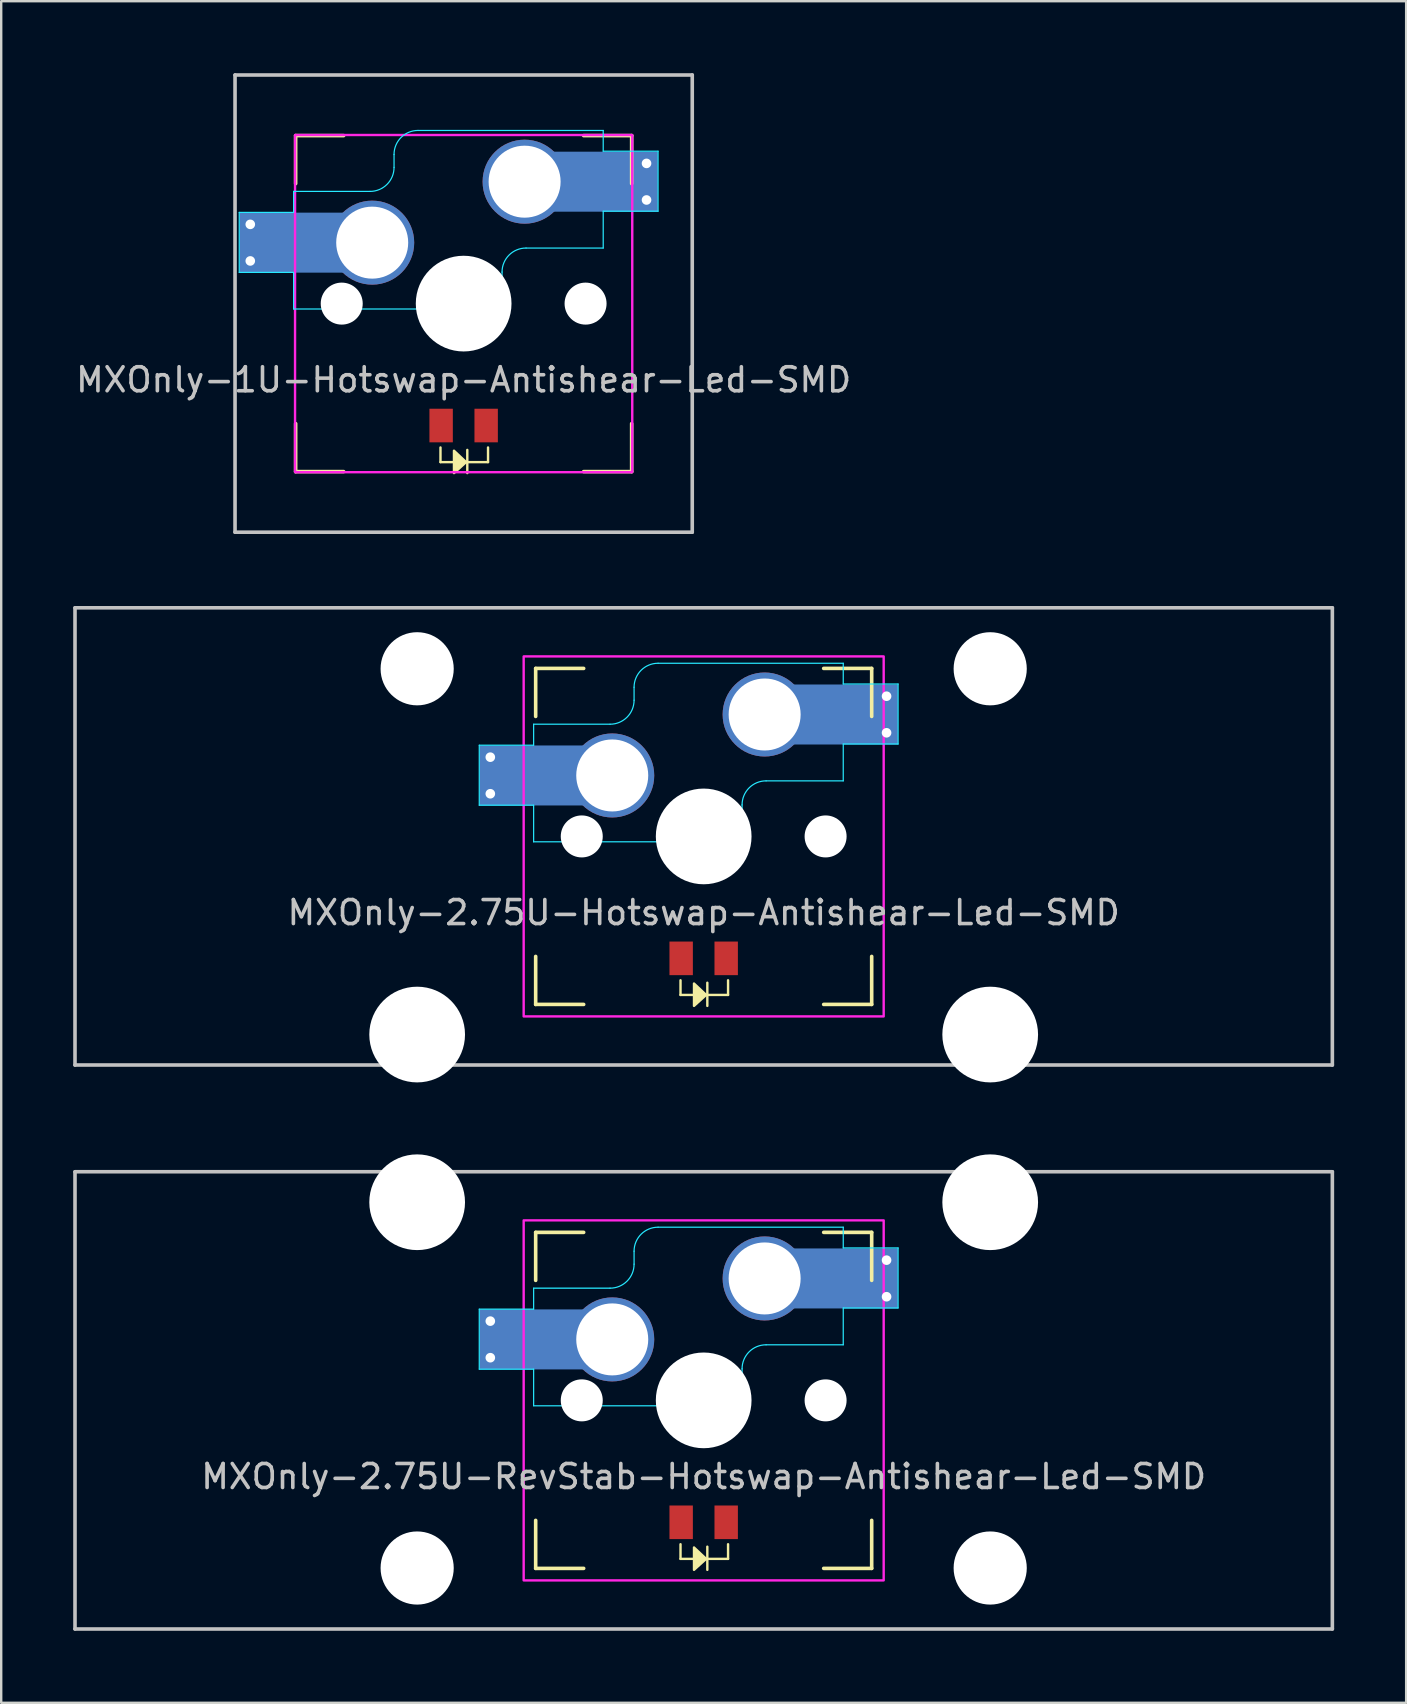
<source format=kicad_pcb>
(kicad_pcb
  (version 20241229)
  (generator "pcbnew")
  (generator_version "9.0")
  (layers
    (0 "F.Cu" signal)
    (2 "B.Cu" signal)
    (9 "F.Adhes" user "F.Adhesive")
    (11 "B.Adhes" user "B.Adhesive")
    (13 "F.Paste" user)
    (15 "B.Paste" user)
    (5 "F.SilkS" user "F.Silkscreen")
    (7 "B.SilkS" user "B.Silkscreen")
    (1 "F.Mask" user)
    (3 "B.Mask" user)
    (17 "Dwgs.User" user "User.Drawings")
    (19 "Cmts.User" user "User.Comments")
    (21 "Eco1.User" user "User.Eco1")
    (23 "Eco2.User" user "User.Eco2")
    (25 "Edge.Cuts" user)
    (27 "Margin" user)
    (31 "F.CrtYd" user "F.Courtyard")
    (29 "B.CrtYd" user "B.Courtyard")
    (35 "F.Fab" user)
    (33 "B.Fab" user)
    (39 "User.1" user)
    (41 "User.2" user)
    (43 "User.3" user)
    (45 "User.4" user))
  (footprint "MXOnly-2.75U-Hotswap-Antishear-Led-SMD"
    (layer "F.Cu")
    (at 26.269 31.8)
    (property "Reference" "MXOnly-2.75U-Hotswap-Antishear-Led-SMD" (at 0 3.175 0) (layer "Dwgs.User") (effects (font (size 1 1) (thickness 0.15))))
    (attr through_hole)
    (fp_line (start -7 -7) (end -7 -5) (stroke (width 0.15) (type solid)) (layer "F.SilkS"))
    (fp_line (start -7 5) (end -7 7) (stroke (width 0.15) (type solid)) (layer "F.SilkS"))
    (fp_line (start -7 7) (end -5 7) (stroke (width 0.15) (type solid)) (layer "F.SilkS"))
    (fp_line (start -5 -7) (end -7 -7) (stroke (width 0.15) (type solid)) (layer "F.SilkS"))
    (fp_line (start -0.965 6.604) (end -0.965 5.994) (stroke (width 0.1) (type default)) (layer "F.SilkS"))
    (fp_line (start -0.457 6.604) (end -0.965 6.604) (stroke (width 0.1) (type default)) (layer "F.SilkS"))
    (fp_line (start 0.102 6.604) (end 1.016 6.604) (stroke (width 0.1) (type default)) (layer "F.SilkS"))
    (fp_line (start 0.152 6.096) (end 0.152 7.061) (stroke (width 0.1) (type default)) (layer "F.SilkS"))
    (fp_line (start 1.016 6.604) (end 1.016 5.994) (stroke (width 0.1) (type default)) (layer "F.SilkS"))
    (fp_line (start 5 -7) (end 7 -7) (stroke (width 0.15) (type solid)) (layer "F.SilkS"))
    (fp_line (start 5 7) (end 7 7) (stroke (width 0.15) (type solid)) (layer "F.SilkS"))
    (fp_line (start 7 -7) (end 7 -5) (stroke (width 0.15) (type solid)) (layer "F.SilkS"))
    (fp_line (start 7 7) (end 7 5) (stroke (width 0.15) (type solid)) (layer "F.SilkS"))
    (fp_poly (pts (xy -0.403 7.061) (xy -0.403 6.129) (xy 0.102 6.604)) (stroke (width 0.1) (type solid)) (fill yes) (layer "F.SilkS"))
    (fp_line (start -26.194 -9.525) (end 26.194 -9.525) (stroke (width 0.15) (type solid)) (layer "Dwgs.User"))
    (fp_line (start -26.194 9.525) (end -26.194 -9.525) (stroke (width 0.15) (type solid)) (layer "Dwgs.User"))
    (fp_line (start -26.194 9.525) (end 26.194 9.525) (stroke (width 0.15) (type solid)) (layer "Dwgs.User"))
    (fp_line (start 26.194 -9.525) (end 26.194 9.525) (stroke (width 0.15) (type solid)) (layer "Dwgs.User"))
    (fp_rect (start -7.025 -7.025) (end 7.025 7.025) (stroke (width 0.1) (type solid)) (fill no) (layer "Eco1.User"))
    (fp_line (start -9.35 -3.8) (end -9.35 -1.3) (stroke (width 0.05) (type default)) (layer "B.CrtYd"))
    (fp_line (start -9.35 -1.3) (end -7.085 -1.3) (stroke (width 0.05) (type default)) (layer "B.CrtYd"))
    (fp_line (start -7.085 -4.675) (end -7.085 -3.8) (stroke (width 0.05) (type default)) (layer "B.CrtYd"))
    (fp_line (start -7.085 -4.675) (end -3.9 -4.675) (stroke (width 0.05) (type solid)) (layer "B.CrtYd"))
    (fp_line (start -7.085 -3.8) (end -9.35 -3.8) (stroke (width 0.05) (type default)) (layer "B.CrtYd"))
    (fp_line (start -7.085 -1.3) (end -7.085 0.225) (stroke (width 0.05) (type default)) (layer "B.CrtYd"))
    (fp_line (start -7.085 0.225) (end 0.6 0.225) (stroke (width 0.05) (type default)) (layer "B.CrtYd"))
    (fp_line (start -2.9 -6.215) (end -2.9 -5.675) (stroke (width 0.05) (type default)) (layer "B.CrtYd"))
    (fp_line (start 1.6 -0.775) (end 1.6 -1.315) (stroke (width 0.05) (type default)) (layer "B.CrtYd"))
    (fp_line (start 5.815 -7.215) (end -1.9 -7.215) (stroke (width 0.05) (type default)) (layer "B.CrtYd"))
    (fp_line (start 5.815 -6.35) (end 5.815 -7.215) (stroke (width 0.05) (type default)) (layer "B.CrtYd"))
    (fp_line (start 5.815 -6.35) (end 8.1 -6.35) (stroke (width 0.05) (type default)) (layer "B.CrtYd"))
    (fp_line (start 5.815 -3.85) (end 5.815 -2.315) (stroke (width 0.05) (type default)) (layer "B.CrtYd"))
    (fp_line (start 5.815 -2.315) (end 2.6 -2.315) (stroke (width 0.05) (type solid)) (layer "B.CrtYd"))
    (fp_line (start 8.1 -3.85) (end 5.815 -3.85) (stroke (width 0.05) (type default)) (layer "B.CrtYd"))
    (fp_line (start 8.1 -3.85) (end 8.1 -6.35) (stroke (width 0.05) (type default)) (layer "B.CrtYd"))
    (fp_arc (start -2.9 -6.215) (mid -2.607107 -6.922107) (end -1.9 -7.215) (stroke (width 0.05) (type default)) (layer "B.CrtYd"))
    (fp_arc (start -2.9 -5.675) (mid -3.192893 -4.967893) (end -3.9 -4.675) (stroke (width 0.05) (type default)) (layer "B.CrtYd"))
    (fp_arc (start 1.6 -1.315) (mid 1.892893 -2.022107) (end 2.6 -2.315) (stroke (width 0.05) (type default)) (layer "B.CrtYd"))
    (fp_arc (start 1.6 -0.775) (mid 1.307107 -0.067893) (end 0.6 0.225) (stroke (width 0.05) (type default)) (layer "B.CrtYd"))
    (fp_rect (start -7.5 -7.5) (end 7.5 7.5) (stroke (width 0.1) (type solid)) (fill no) (layer "F.CrtYd"))
    (pad "" np_thru_hole circle (at -11.938 -6.985) (size 3.048 3.048) (drill 3.048) (layers "*.Cu" "*.Mask"))
    (pad "" np_thru_hole circle (at -11.938 8.255) (size 3.988 3.988) (drill 3.988) (layers "*.Cu" "*.Mask"))
    (pad "" smd rect (at -7.085 -2.54) (size 2.55 2.5) (layers "B.Mask" "B.Paste"))
    (pad "" np_thru_hole circle (at -5.08 0 48.1) (size 1.75 1.75) (drill 1.75) (layers "*.Cu" "*.Mask"))
    (pad "" np_thru_hole circle (at 0 0) (size 3.988 3.988) (drill 3.988) (layers "*.Cu" "*.Mask"))
    (pad "" np_thru_hole circle (at 5.08 0 48.1) (size 1.75 1.75) (drill 1.75) (layers "*.Cu" "*.Mask"))
    (pad "" smd rect (at 5.815 -5.08) (size 2.55 2.5) (layers "B.Mask" "B.Paste"))
    (pad "" np_thru_hole circle (at 11.938 -6.985) (size 3.048 3.048) (drill 3.048) (layers "*.Cu" "*.Mask"))
    (pad "" np_thru_hole circle (at 11.938 8.255) (size 3.988 3.988) (drill 3.988) (layers "*.Cu" "*.Mask"))
    (pad "1" thru_hole circle (at -8.89 -3.302) (size 0.8 0.8) (drill 0.4) (layers "*.Cu"))
    (pad "1" thru_hole circle (at -8.89 -1.778) (size 0.8 0.8) (drill 0.4) (layers "*.Cu"))
    (pad "1" smd rect (at -7.085 -2.54) (size 4.5 2.5) (layers "B.Cu"))
    (pad "1" thru_hole circle (at -3.81 -2.54) (size 3.5 3.5) (drill 3) (layers "*.Cu"))
    (pad "2" thru_hole circle (at 2.54 -5.08) (size 3.5 3.5) (drill 3) (layers "*.Cu"))
    (pad "2" smd rect (at 5.842 -5.08) (size 4.5 2.5) (layers "B.Cu"))
    (pad "2" thru_hole circle (at 7.62 -5.842) (size 0.8 0.8) (drill 0.4) (layers "*.Cu"))
    (pad "2" thru_hole circle (at 7.62 -4.318) (size 0.8 0.8) (drill 0.4) (layers "*.Cu"))
    (pad "3" smd rect (at -0.938 5.08) (size 0.975 1.4) (layers "F.Cu" "F.Mask" "F.Paste"))
    (pad "4" smd rect (at 0.938 5.08) (size 0.975 1.4) (layers "F.Cu" "F.Mask" "F.Paste")))
  (footprint "MXOnly-1U-Hotswap-Antishear-Led-SMD"
    (layer "F.Cu")
    (at 16.268 9.6)
    (property "Reference" "MXOnly-1U-Hotswap-Antishear-Led-SMD" (at 0 3.175 0) (layer "Dwgs.User") (effects (font (size 1 1) (thickness 0.15))))
    (attr through_hole)
    (fp_line (start -7 -7) (end -7 -5) (stroke (width 0.15) (type solid)) (layer "F.SilkS"))
    (fp_line (start -7 5) (end -7 7) (stroke (width 0.15) (type solid)) (layer "F.SilkS"))
    (fp_line (start -7 7) (end -5 7) (stroke (width 0.15) (type solid)) (layer "F.SilkS"))
    (fp_line (start -5 -7) (end -7 -7) (stroke (width 0.15) (type solid)) (layer "F.SilkS"))
    (fp_line (start -0.965 6.604) (end -0.965 5.994) (stroke (width 0.1) (type default)) (layer "F.SilkS"))
    (fp_line (start -0.457 6.604) (end -0.965 6.604) (stroke (width 0.1) (type default)) (layer "F.SilkS"))
    (fp_line (start 0.102 6.604) (end 1.016 6.604) (stroke (width 0.1) (type default)) (layer "F.SilkS"))
    (fp_line (start 0.152 6.096) (end 0.152 7.061) (stroke (width 0.1) (type default)) (layer "F.SilkS"))
    (fp_line (start 1.016 6.604) (end 1.016 5.994) (stroke (width 0.1) (type default)) (layer "F.SilkS"))
    (fp_line (start 5 -7) (end 7 -7) (stroke (width 0.15) (type solid)) (layer "F.SilkS"))
    (fp_line (start 5 7) (end 7 7) (stroke (width 0.15) (type solid)) (layer "F.SilkS"))
    (fp_line (start 7 -7) (end 7 -5) (stroke (width 0.15) (type solid)) (layer "F.SilkS"))
    (fp_line (start 7 7) (end 7 5) (stroke (width 0.15) (type solid)) (layer "F.SilkS"))
    (fp_poly (pts (xy -0.403 7.061) (xy -0.403 6.129) (xy 0.102 6.604)) (stroke (width 0.1) (type solid)) (fill yes) (layer "F.SilkS"))
    (fp_line (start -9.525 -9.525) (end 9.525 -9.525) (stroke (width 0.15) (type solid)) (layer "Dwgs.User"))
    (fp_line (start -9.525 9.525) (end -9.525 -9.525) (stroke (width 0.15) (type solid)) (layer "Dwgs.User"))
    (fp_line (start 9.525 -9.525) (end 9.525 9.525) (stroke (width 0.15) (type solid)) (layer "Dwgs.User"))
    (fp_line (start 9.525 9.525) (end -9.525 9.525) (stroke (width 0.15) (type solid)) (layer "Dwgs.User"))
    (fp_line (start -9.35 -3.8) (end -9.35 -1.3) (stroke (width 0.05) (type default)) (layer "B.CrtYd"))
    (fp_line (start -9.35 -1.3) (end -7.085 -1.3) (stroke (width 0.05) (type default)) (layer "B.CrtYd"))
    (fp_line (start -7.085 -4.675) (end -7.085 -3.8) (stroke (width 0.05) (type default)) (layer "B.CrtYd"))
    (fp_line (start -7.085 -4.675) (end -3.9 -4.675) (stroke (width 0.05) (type solid)) (layer "B.CrtYd"))
    (fp_line (start -7.085 -3.8) (end -9.35 -3.8) (stroke (width 0.05) (type default)) (layer "B.CrtYd"))
    (fp_line (start -7.085 -1.3) (end -7.085 0.225) (stroke (width 0.05) (type default)) (layer "B.CrtYd"))
    (fp_line (start -7.085 0.225) (end 0.6 0.225) (stroke (width 0.05) (type default)) (layer "B.CrtYd"))
    (fp_line (start -2.9 -6.215) (end -2.9 -5.675) (stroke (width 0.05) (type default)) (layer "B.CrtYd"))
    (fp_line (start 1.6 -0.775) (end 1.6 -1.315) (stroke (width 0.05) (type default)) (layer "B.CrtYd"))
    (fp_line (start 5.815 -7.215) (end -1.9 -7.215) (stroke (width 0.05) (type default)) (layer "B.CrtYd"))
    (fp_line (start 5.815 -6.35) (end 5.815 -7.215) (stroke (width 0.05) (type default)) (layer "B.CrtYd"))
    (fp_line (start 5.815 -6.35) (end 8.1 -6.35) (stroke (width 0.05) (type default)) (layer "B.CrtYd"))
    (fp_line (start 5.815 -3.85) (end 5.815 -2.315) (stroke (width 0.05) (type default)) (layer "B.CrtYd"))
    (fp_line (start 5.815 -2.315) (end 2.6 -2.315) (stroke (width 0.05) (type solid)) (layer "B.CrtYd"))
    (fp_line (start 8.1 -3.85) (end 5.815 -3.85) (stroke (width 0.05) (type default)) (layer "B.CrtYd"))
    (fp_line (start 8.1 -3.85) (end 8.1 -6.35) (stroke (width 0.05) (type default)) (layer "B.CrtYd"))
    (fp_arc (start -2.9 -6.215) (mid -2.607107 -6.922107) (end -1.9 -7.215) (stroke (width 0.05) (type default)) (layer "B.CrtYd"))
    (fp_arc (start -2.9 -5.675) (mid -3.192893 -4.967893) (end -3.9 -4.675) (stroke (width 0.05) (type default)) (layer "B.CrtYd"))
    (fp_arc (start 1.6 -1.315) (mid 1.892893 -2.022107) (end 2.6 -2.315) (stroke (width 0.05) (type default)) (layer "B.CrtYd"))
    (fp_arc (start 1.6 -0.775) (mid 1.307107 -0.067893) (end 0.6 0.225) (stroke (width 0.05) (type default)) (layer "B.CrtYd"))
    (fp_rect (start -7.025 -7.025) (end 7.025 7.025) (stroke (width 0.1) (type solid)) (fill no) (layer "F.CrtYd"))
    (pad "" smd rect (at -7.085 -2.54) (size 2.55 2.5) (layers "B.Mask" "B.Paste"))
    (pad "" np_thru_hole circle (at -5.08 0 48.1) (size 1.75 1.75) (drill 1.75) (layers "*.Cu" "*.Mask"))
    (pad "" np_thru_hole circle (at 0 0) (size 3.988 3.988) (drill 3.988) (layers "*.Cu" "*.Mask"))
    (pad "" np_thru_hole circle (at 5.08 0 48.1) (size 1.75 1.75) (drill 1.75) (layers "*.Cu" "*.Mask"))
    (pad "" smd rect (at 5.815 -5.08) (size 2.55 2.5) (layers "B.Mask" "B.Paste"))
    (pad "1" thru_hole circle (at -8.89 -3.302) (size 0.8 0.8) (drill 0.4) (layers "*.Cu"))
    (pad "1" thru_hole circle (at -8.89 -1.778) (size 0.8 0.8) (drill 0.4) (layers "*.Cu"))
    (pad "1" smd rect (at -7.085 -2.54) (size 4.5 2.5) (layers "B.Cu"))
    (pad "1" thru_hole circle (at -3.81 -2.54) (size 3.5 3.5) (drill 3) (layers "*.Cu"))
    (pad "2" thru_hole circle (at 2.54 -5.08) (size 3.5 3.5) (drill 3) (layers "*.Cu"))
    (pad "2" smd rect (at 5.842 -5.08) (size 4.5 2.5) (layers "B.Cu"))
    (pad "2" thru_hole circle (at 7.62 -5.842) (size 0.8 0.8) (drill 0.4) (layers "*.Cu"))
    (pad "2" thru_hole circle (at 7.62 -4.318) (size 0.8 0.8) (drill 0.4) (layers "*.Cu"))
    (pad "3" smd rect (at -0.938 5.08) (size 0.975 1.4) (layers "F.Cu" "F.Mask" "F.Paste"))
    (pad "4" smd rect (at 0.938 5.08) (size 0.975 1.4) (layers "F.Cu" "F.Mask" "F.Paste")))
  (footprint "MXOnly-2.75U-RevStab-Hotswap-Antishear-Led-SMD"
    (layer "F.Cu")
    (at 26.269 55.297)
    (property "Reference" "MXOnly-2.75U-RevStab-Hotswap-Antishear-Led-SMD" (at 0 3.175 0) (layer "Dwgs.User") (effects (font (size 1 1) (thickness 0.15))))
    (attr through_hole)
    (fp_line (start -7 -7) (end -7 -5) (stroke (width 0.15) (type solid)) (layer "F.SilkS"))
    (fp_line (start -7 5) (end -7 7) (stroke (width 0.15) (type solid)) (layer "F.SilkS"))
    (fp_line (start -7 7) (end -5 7) (stroke (width 0.15) (type solid)) (layer "F.SilkS"))
    (fp_line (start -5 -7) (end -7 -7) (stroke (width 0.15) (type solid)) (layer "F.SilkS"))
    (fp_line (start -0.965 6.604) (end -0.965 5.994) (stroke (width 0.1) (type default)) (layer "F.SilkS"))
    (fp_line (start -0.457 6.604) (end -0.965 6.604) (stroke (width 0.1) (type default)) (layer "F.SilkS"))
    (fp_line (start 0.102 6.604) (end 1.016 6.604) (stroke (width 0.1) (type default)) (layer "F.SilkS"))
    (fp_line (start 0.152 6.096) (end 0.152 7.061) (stroke (width 0.1) (type default)) (layer "F.SilkS"))
    (fp_line (start 1.016 6.604) (end 1.016 5.994) (stroke (width 0.1) (type default)) (layer "F.SilkS"))
    (fp_line (start 5 -7) (end 7 -7) (stroke (width 0.15) (type solid)) (layer "F.SilkS"))
    (fp_line (start 5 7) (end 7 7) (stroke (width 0.15) (type solid)) (layer "F.SilkS"))
    (fp_line (start 7 -7) (end 7 -5) (stroke (width 0.15) (type solid)) (layer "F.SilkS"))
    (fp_line (start 7 7) (end 7 5) (stroke (width 0.15) (type solid)) (layer "F.SilkS"))
    (fp_poly (pts (xy -0.403 7.061) (xy -0.403 6.129) (xy 0.102 6.604)) (stroke (width 0.1) (type solid)) (fill yes) (layer "F.SilkS"))
    (fp_line (start -26.194 -9.525) (end 26.194 -9.525) (stroke (width 0.15) (type solid)) (layer "Dwgs.User"))
    (fp_line (start -26.194 9.525) (end -26.194 -9.525) (stroke (width 0.15) (type solid)) (layer "Dwgs.User"))
    (fp_line (start -26.194 9.525) (end 26.194 9.525) (stroke (width 0.15) (type solid)) (layer "Dwgs.User"))
    (fp_line (start 26.194 -9.525) (end 26.194 9.525) (stroke (width 0.15) (type solid)) (layer "Dwgs.User"))
    (fp_rect (start -7.025 -7.025) (end 7.025 7.025) (stroke (width 0.1) (type solid)) (fill no) (layer "Eco1.User"))
    (fp_line (start -9.35 -3.8) (end -9.35 -1.3) (stroke (width 0.05) (type default)) (layer "B.CrtYd"))
    (fp_line (start -9.35 -1.3) (end -7.085 -1.3) (stroke (width 0.05) (type default)) (layer "B.CrtYd"))
    (fp_line (start -7.085 -4.675) (end -7.085 -3.8) (stroke (width 0.05) (type default)) (layer "B.CrtYd"))
    (fp_line (start -7.085 -4.675) (end -3.9 -4.675) (stroke (width 0.05) (type solid)) (layer "B.CrtYd"))
    (fp_line (start -7.085 -3.8) (end -9.35 -3.8) (stroke (width 0.05) (type default)) (layer "B.CrtYd"))
    (fp_line (start -7.085 -1.3) (end -7.085 0.225) (stroke (width 0.05) (type default)) (layer "B.CrtYd"))
    (fp_line (start -7.085 0.225) (end 0.6 0.225) (stroke (width 0.05) (type default)) (layer "B.CrtYd"))
    (fp_line (start -2.9 -6.215) (end -2.9 -5.675) (stroke (width 0.05) (type default)) (layer "B.CrtYd"))
    (fp_line (start 1.6 -0.775) (end 1.6 -1.315) (stroke (width 0.05) (type default)) (layer "B.CrtYd"))
    (fp_line (start 5.815 -7.215) (end -1.9 -7.215) (stroke (width 0.05) (type default)) (layer "B.CrtYd"))
    (fp_line (start 5.815 -6.35) (end 5.815 -7.215) (stroke (width 0.05) (type default)) (layer "B.CrtYd"))
    (fp_line (start 5.815 -6.35) (end 8.1 -6.35) (stroke (width 0.05) (type default)) (layer "B.CrtYd"))
    (fp_line (start 5.815 -3.85) (end 5.815 -2.315) (stroke (width 0.05) (type default)) (layer "B.CrtYd"))
    (fp_line (start 5.815 -2.315) (end 2.6 -2.315) (stroke (width 0.05) (type solid)) (layer "B.CrtYd"))
    (fp_line (start 8.1 -3.85) (end 5.815 -3.85) (stroke (width 0.05) (type default)) (layer "B.CrtYd"))
    (fp_line (start 8.1 -3.85) (end 8.1 -6.35) (stroke (width 0.05) (type default)) (layer "B.CrtYd"))
    (fp_arc (start -2.9 -6.215) (mid -2.607107 -6.922107) (end -1.9 -7.215) (stroke (width 0.05) (type default)) (layer "B.CrtYd"))
    (fp_arc (start -2.9 -5.675) (mid -3.192893 -4.967893) (end -3.9 -4.675) (stroke (width 0.05) (type default)) (layer "B.CrtYd"))
    (fp_arc (start 1.6 -1.315) (mid 1.892893 -2.022107) (end 2.6 -2.315) (stroke (width 0.05) (type default)) (layer "B.CrtYd"))
    (fp_arc (start 1.6 -0.775) (mid 1.307107 -0.067893) (end 0.6 0.225) (stroke (width 0.05) (type default)) (layer "B.CrtYd"))
    (fp_rect (start -7.5 -7.5) (end 7.5 7.5) (stroke (width 0.1) (type solid)) (fill no) (layer "F.CrtYd"))
    (pad "" np_thru_hole circle (at -11.938 -8.255) (size 3.988 3.988) (drill 3.988) (layers "*.Cu" "*.Mask"))
    (pad "" np_thru_hole circle (at -11.938 6.985) (size 3.048 3.048) (drill 3.048) (layers "*.Cu" "*.Mask"))
    (pad "" smd rect (at -7.085 -2.54) (size 2.55 2.5) (layers "B.Mask" "B.Paste"))
    (pad "" np_thru_hole circle (at -5.08 0 48.1) (size 1.75 1.75) (drill 1.75) (layers "*.Cu" "*.Mask"))
    (pad "" np_thru_hole circle (at 0 0) (size 3.988 3.988) (drill 3.988) (layers "*.Cu" "*.Mask"))
    (pad "" np_thru_hole circle (at 5.08 0 48.1) (size 1.75 1.75) (drill 1.75) (layers "*.Cu" "*.Mask"))
    (pad "" smd rect (at 5.815 -5.08) (size 2.55 2.5) (layers "B.Mask" "B.Paste"))
    (pad "" np_thru_hole circle (at 11.938 -8.255) (size 3.988 3.988) (drill 3.988) (layers "*.Cu" "*.Mask"))
    (pad "" np_thru_hole circle (at 11.938 6.985) (size 3.048 3.048) (drill 3.048) (layers "*.Cu" "*.Mask"))
    (pad "1" thru_hole circle (at -8.89 -3.302) (size 0.8 0.8) (drill 0.4) (layers "*.Cu"))
    (pad "1" thru_hole circle (at -8.89 -1.778) (size 0.8 0.8) (drill 0.4) (layers "*.Cu"))
    (pad "1" smd rect (at -7.085 -2.54) (size 4.5 2.5) (layers "B.Cu"))
    (pad "1" thru_hole circle (at -3.81 -2.54) (size 3.5 3.5) (drill 3) (layers "*.Cu"))
    (pad "2" thru_hole circle (at 2.54 -5.08) (size 3.5 3.5) (drill 3) (layers "*.Cu"))
    (pad "2" smd rect (at 5.842 -5.08) (size 4.5 2.5) (layers "B.Cu"))
    (pad "2" thru_hole circle (at 7.62 -5.842) (size 0.8 0.8) (drill 0.4) (layers "*.Cu"))
    (pad "2" thru_hole circle (at 7.62 -4.318) (size 0.8 0.8) (drill 0.4) (layers "*.Cu"))
    (pad "3" smd rect (at -0.938 5.08) (size 0.975 1.4) (layers "F.Cu" "F.Mask" "F.Paste"))
    (pad "4" smd rect (at 0.938 5.08) (size 0.975 1.4) (layers "F.Cu" "F.Mask" "F.Paste")))
  (gr_rect
    (start -3 -3)
    (end 55.538 67.897)
    (stroke (width 0.1) (type default))
    (fill no)
    (layer "Edge.Cuts")))
</source>
